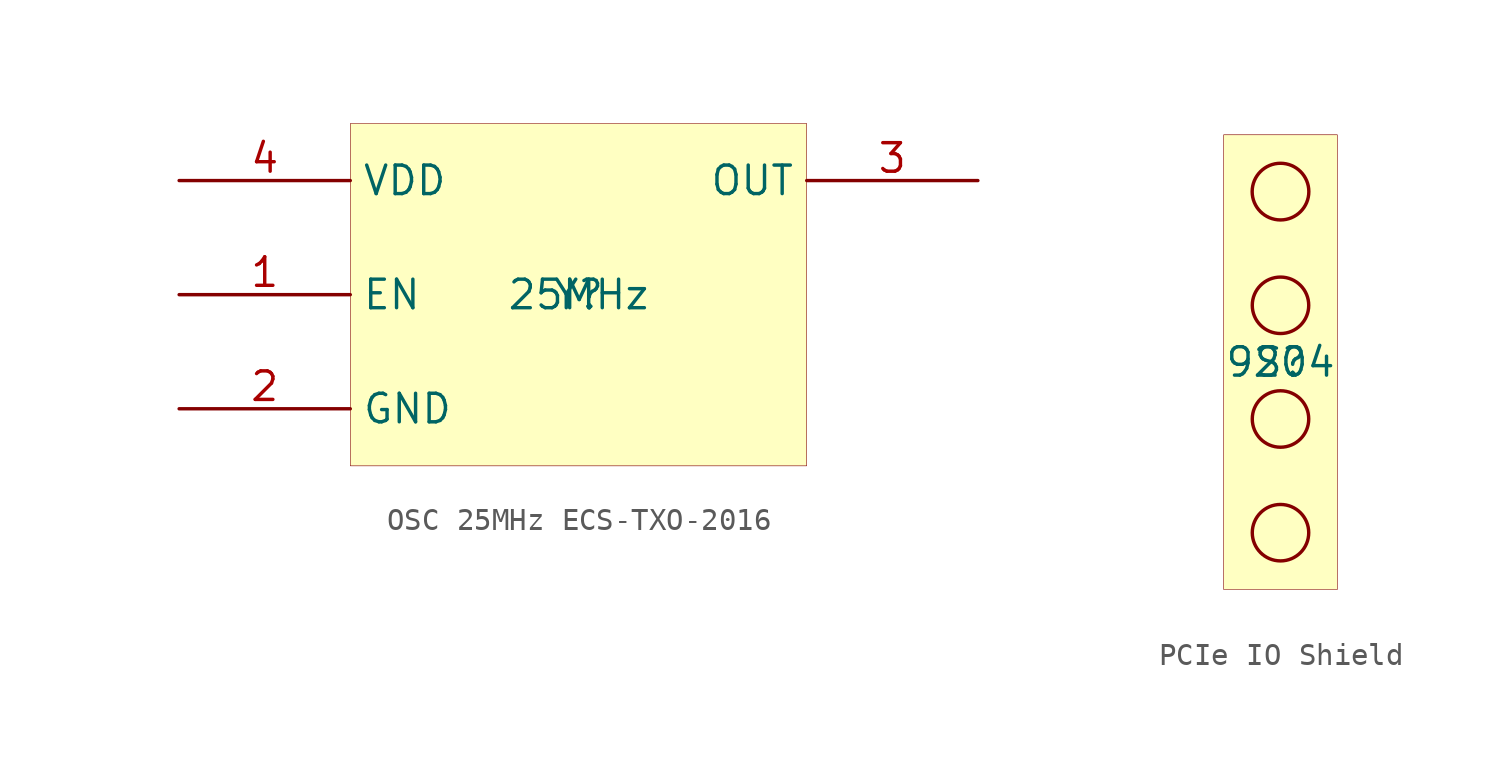
<source format=kicad_sym>
(kicad_symbol_lib
  (version 20241209)
  (generator "kicad_symbol_editor")
  (generator_version "8.99")
  (symbol "OSC 25MHz ECS-TXO-2016"
    (property "Reference" "Y"
      (at 0 0 0)
      (effects (font (size 1.27 1.27))))
    (property "Value" "25MHz"
      (at 0 0 0)
      (effects (font (size 1.27 1.27))))
    (symbol "OSC 25MHz ECS-TXO-2016_1_0"
      (rectangle (start 10.16 7.62) (end -10.16 -7.62) (stroke (width 0.025) (type solid) (color 128 0 0 1)) (fill (type background)))
      (pin power_in line (at -17.78 5.08 0) (length 7.62) (name "VDD" (effects (font (size 1.27 1.27)))) (number "4" (effects (font (size 1.27 1.27)))))
      (pin passive line (at -17.78 0 0) (length 7.62) (name "EN" (effects (font (size 1.27 1.27)))) (number "1" (effects (font (size 1.27 1.27)))))
      (pin power_in line (at -17.78 -5.08 0) (length 7.62) (name "GND" (effects (font (size 1.27 1.27)))) (number "2" (effects (font (size 1.27 1.27)))))
      (pin passive line (at 17.78 5.08 180) (length 7.62) (name "OUT" (effects (font (size 1.27 1.27)))) (number "3" (effects (font (size 1.27 1.27)))))))
  (symbol "PCIe IO Shield"
    (pin_numbers
      (hide yes))
    (pin_names
      (hide yes))
    (property "Reference" "S"
      (at 0 0 0)
      (effects (font (size 1.27 1.27))))
    (property "Value" "9204"
      (at 0 0 0)
      (effects (font (size 1.27 1.27))))
    (symbol "PCIe IO Shield_1_0"
      (circle (center 0 7.62) (radius 1.266) (stroke (width 0) (type solid)) (fill (type none)))
      (circle (center 0 2.54) (radius 1.261) (stroke (width 0) (type solid)) (fill (type none)))
      (circle (center 0 -2.54) (radius 1.261) (stroke (width 0) (type solid)) (fill (type none)))
      (circle (center 0 -7.62) (radius 1.261) (stroke (width 0) (type solid)) (fill (type none)))
      (rectangle (start 2.54 10.16) (end -2.54 -10.16) (stroke (width 0.025) (type solid) (color 128 0 0 1)) (fill (type background))))))
</source>
